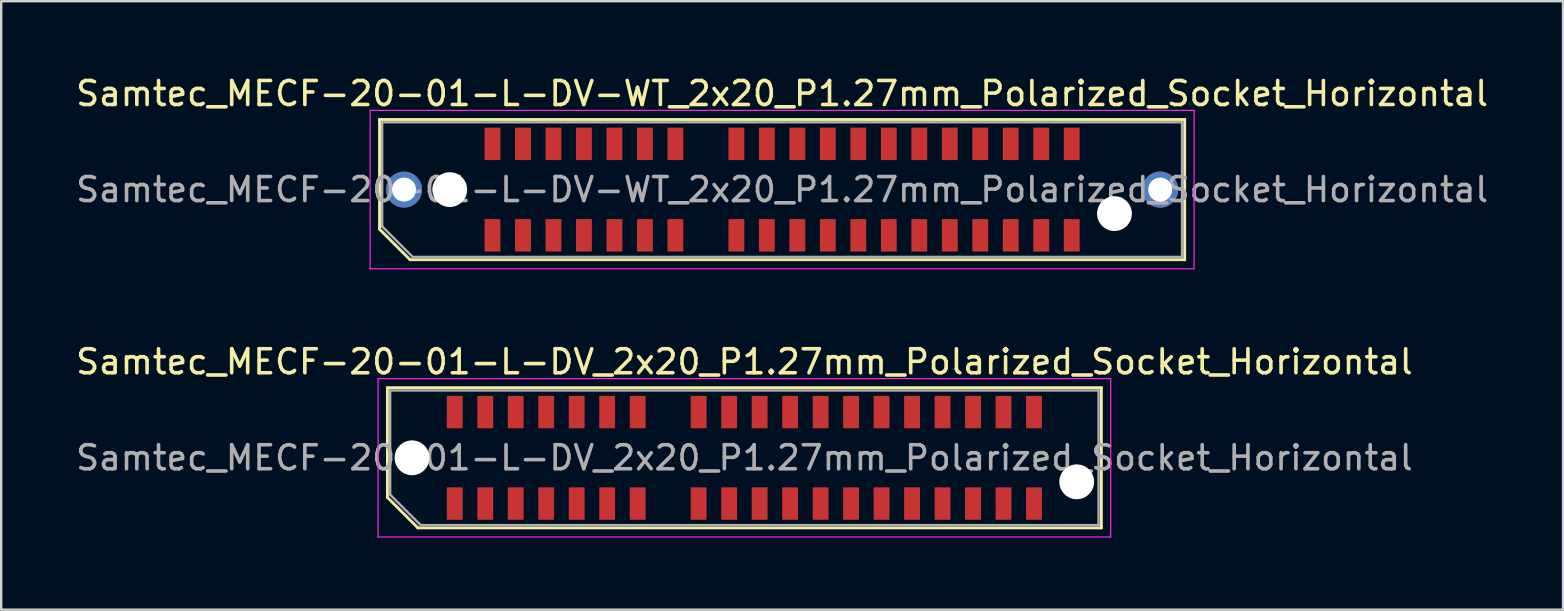
<source format=kicad_pcb>
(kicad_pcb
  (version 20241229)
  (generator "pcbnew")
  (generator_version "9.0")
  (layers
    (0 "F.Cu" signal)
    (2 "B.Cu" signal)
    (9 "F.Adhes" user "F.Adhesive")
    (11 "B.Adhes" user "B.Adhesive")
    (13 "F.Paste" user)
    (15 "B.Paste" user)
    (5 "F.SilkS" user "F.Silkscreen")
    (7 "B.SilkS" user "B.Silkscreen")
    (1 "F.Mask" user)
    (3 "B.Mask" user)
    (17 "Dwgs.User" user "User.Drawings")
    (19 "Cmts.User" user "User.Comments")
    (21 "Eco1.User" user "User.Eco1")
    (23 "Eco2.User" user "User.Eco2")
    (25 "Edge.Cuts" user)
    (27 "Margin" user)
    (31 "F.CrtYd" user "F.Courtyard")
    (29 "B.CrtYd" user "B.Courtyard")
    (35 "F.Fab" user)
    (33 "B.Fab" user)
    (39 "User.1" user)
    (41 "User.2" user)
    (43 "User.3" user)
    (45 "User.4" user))
  (footprint "Samtec_MECF-20-01-L-DV-WT_2x20_P1.27mm_Polarized_Socket_Horizontal"
    (layer "F.Cu")
    (at 29.53 4.848)
    (property "Reference" "Samtec_MECF-20-01-L-DV-WT_2x20_P1.27mm_Polarized_Socket_Horizontal" (at 0 -4 0) (layer "F.SilkS") (effects (font (size 1 1) (thickness 0.15))))
    (attr smd)
    (fp_line (start -16.77 -2.92) (end 16.77 -2.92) (stroke (width 0.12) (type solid)) (layer "F.SilkS"))
    (fp_line (start -16.77 1.65) (end -16.77 -2.92) (stroke (width 0.12) (type solid)) (layer "F.SilkS"))
    (fp_line (start -15.5 2.92) (end -16.77 1.65) (stroke (width 0.12) (type solid)) (layer "F.SilkS"))
    (fp_line (start -15.5 2.92) (end 16.77 2.92) (stroke (width 0.12) (type solid)) (layer "F.SilkS"))
    (fp_line (start 16.77 2.92) (end 16.77 -2.92) (stroke (width 0.12) (type solid)) (layer "F.SilkS"))
    (fp_line (start -17.16 -3.3) (end -17.16 3.3) (stroke (width 0.05) (type solid)) (layer "F.CrtYd"))
    (fp_line (start -17.16 3.3) (end 17.16 3.3) (stroke (width 0.05) (type solid)) (layer "F.CrtYd"))
    (fp_line (start 17.16 -3.3) (end -17.16 -3.3) (stroke (width 0.05) (type solid)) (layer "F.CrtYd"))
    (fp_line (start 17.16 3.3) (end 17.16 -3.3) (stroke (width 0.05) (type solid)) (layer "F.CrtYd"))
    (fp_line (start -16.66 -2.805) (end 16.66 -2.805) (stroke (width 0.1) (type solid)) (layer "F.Fab"))
    (fp_line (start -16.66 1.535) (end -16.66 -2.805) (stroke (width 0.1) (type solid)) (layer "F.Fab"))
    (fp_line (start -16.66 1.535) (end -15.39 2.805) (stroke (width 0.1) (type solid)) (layer "F.Fab"))
    (fp_line (start -15.39 2.805) (end 16.66 2.805) (stroke (width 0.1) (type solid)) (layer "F.Fab"))
    (fp_line (start 16.66 2.805) (end 16.66 -2.805) (stroke (width 0.1) (type solid)) (layer "F.Fab"))
    (fp_text user "${REFERENCE}" (at 0 0 0) (layer "F.Fab") (effects (font (size 1 1) (thickness 0.15))))
    (pad "" thru_hole circle (at -15.75 0) (size 1.5 1.5) (drill 1) (layers "*.Cu" "*.Mask"))
    (pad "" np_thru_hole circle (at -13.845 0) (size 1.45 1.45) (drill 1.45) (layers "*.Cu" "*.Mask"))
    (pad "" np_thru_hole circle (at 13.845 1) (size 1.45 1.45) (drill 1.45) (layers "*.Cu" "*.Mask"))
    (pad "" thru_hole circle (at 15.75 0) (size 1.5 1.5) (drill 1) (layers "*.Cu" "*.Mask"))
    (pad "1" smd rect (at -12.065 1.905) (size 0.66 1.35) (layers "F.Cu" "F.Mask" "F.Paste"))
    (pad "2" smd rect (at -12.065 -1.905) (size 0.66 1.35) (layers "F.Cu" "F.Mask" "F.Paste"))
    (pad "3" smd rect (at -10.795 1.905) (size 0.66 1.35) (layers "F.Cu" "F.Mask" "F.Paste"))
    (pad "4" smd rect (at -10.795 -1.905) (size 0.66 1.35) (layers "F.Cu" "F.Mask" "F.Paste"))
    (pad "5" smd rect (at -9.525 1.905) (size 0.66 1.35) (layers "F.Cu" "F.Mask" "F.Paste"))
    (pad "6" smd rect (at -9.525 -1.905) (size 0.66 1.35) (layers "F.Cu" "F.Mask" "F.Paste"))
    (pad "7" smd rect (at -8.255 1.905) (size 0.66 1.35) (layers "F.Cu" "F.Mask" "F.Paste"))
    (pad "8" smd rect (at -8.255 -1.905) (size 0.66 1.35) (layers "F.Cu" "F.Mask" "F.Paste"))
    (pad "9" smd rect (at -6.985 1.905) (size 0.66 1.35) (layers "F.Cu" "F.Mask" "F.Paste"))
    (pad "10" smd rect (at -6.985 -1.905) (size 0.66 1.35) (layers "F.Cu" "F.Mask" "F.Paste"))
    (pad "11" smd rect (at -5.715 1.905) (size 0.66 1.35) (layers "F.Cu" "F.Mask" "F.Paste"))
    (pad "12" smd rect (at -5.715 -1.905) (size 0.66 1.35) (layers "F.Cu" "F.Mask" "F.Paste"))
    (pad "13" smd rect (at -4.445 1.905) (size 0.66 1.35) (layers "F.Cu" "F.Mask" "F.Paste"))
    (pad "14" smd rect (at -4.445 -1.905) (size 0.66 1.35) (layers "F.Cu" "F.Mask" "F.Paste"))
    (pad "17" smd rect (at -1.905 1.905) (size 0.66 1.35) (layers "F.Cu" "F.Mask" "F.Paste"))
    (pad "18" smd rect (at -1.905 -1.905) (size 0.66 1.35) (layers "F.Cu" "F.Mask" "F.Paste"))
    (pad "19" smd rect (at -0.635 1.905) (size 0.66 1.35) (layers "F.Cu" "F.Mask" "F.Paste"))
    (pad "20" smd rect (at -0.635 -1.905) (size 0.66 1.35) (layers "F.Cu" "F.Mask" "F.Paste"))
    (pad "21" smd rect (at 0.635 1.905) (size 0.66 1.35) (layers "F.Cu" "F.Mask" "F.Paste"))
    (pad "22" smd rect (at 0.635 -1.905) (size 0.66 1.35) (layers "F.Cu" "F.Mask" "F.Paste"))
    (pad "23" smd rect (at 1.905 1.905) (size 0.66 1.35) (layers "F.Cu" "F.Mask" "F.Paste"))
    (pad "24" smd rect (at 1.905 -1.905) (size 0.66 1.35) (layers "F.Cu" "F.Mask" "F.Paste"))
    (pad "25" smd rect (at 3.175 1.905) (size 0.66 1.35) (layers "F.Cu" "F.Mask" "F.Paste"))
    (pad "26" smd rect (at 3.175 -1.905) (size 0.66 1.35) (layers "F.Cu" "F.Mask" "F.Paste"))
    (pad "27" smd rect (at 4.445 1.905) (size 0.66 1.35) (layers "F.Cu" "F.Mask" "F.Paste"))
    (pad "28" smd rect (at 4.445 -1.905) (size 0.66 1.35) (layers "F.Cu" "F.Mask" "F.Paste"))
    (pad "29" smd rect (at 5.715 1.905) (size 0.66 1.35) (layers "F.Cu" "F.Mask" "F.Paste"))
    (pad "30" smd rect (at 5.715 -1.905) (size 0.66 1.35) (layers "F.Cu" "F.Mask" "F.Paste"))
    (pad "31" smd rect (at 6.985 1.905) (size 0.66 1.35) (layers "F.Cu" "F.Mask" "F.Paste"))
    (pad "32" smd rect (at 6.985 -1.905) (size 0.66 1.35) (layers "F.Cu" "F.Mask" "F.Paste"))
    (pad "33" smd rect (at 8.255 1.905) (size 0.66 1.35) (layers "F.Cu" "F.Mask" "F.Paste"))
    (pad "34" smd rect (at 8.255 -1.905) (size 0.66 1.35) (layers "F.Cu" "F.Mask" "F.Paste"))
    (pad "35" smd rect (at 9.525 1.905) (size 0.66 1.35) (layers "F.Cu" "F.Mask" "F.Paste"))
    (pad "36" smd rect (at 9.525 -1.905) (size 0.66 1.35) (layers "F.Cu" "F.Mask" "F.Paste"))
    (pad "37" smd rect (at 10.795 1.905) (size 0.66 1.35) (layers "F.Cu" "F.Mask" "F.Paste"))
    (pad "38" smd rect (at 10.795 -1.905) (size 0.66 1.35) (layers "F.Cu" "F.Mask" "F.Paste"))
    (pad "39" smd rect (at 12.065 1.905) (size 0.66 1.35) (layers "F.Cu" "F.Mask" "F.Paste"))
    (pad "40" smd rect (at 12.065 -1.905) (size 0.66 1.35) (layers "F.Cu" "F.Mask" "F.Paste")))
  (footprint "Samtec_MECF-20-01-L-DV_2x20_P1.27mm_Polarized_Socket_Horizontal"
    (layer "F.Cu")
    (at 27.958 16.021)
    (property "Reference" "Samtec_MECF-20-01-L-DV_2x20_P1.27mm_Polarized_Socket_Horizontal" (at 0 -4 0) (layer "F.SilkS") (effects (font (size 1 1) (thickness 0.15))))
    (attr smd)
    (fp_line (start -14.87 -2.92) (end 14.87 -2.92) (stroke (width 0.12) (type solid)) (layer "F.SilkS"))
    (fp_line (start -14.87 1.65) (end -14.87 -2.92) (stroke (width 0.12) (type solid)) (layer "F.SilkS"))
    (fp_line (start -13.6 2.92) (end -14.87 1.65) (stroke (width 0.12) (type solid)) (layer "F.SilkS"))
    (fp_line (start -13.6 2.92) (end 14.87 2.92) (stroke (width 0.12) (type solid)) (layer "F.SilkS"))
    (fp_line (start 14.87 2.92) (end 14.87 -2.92) (stroke (width 0.12) (type solid)) (layer "F.SilkS"))
    (fp_line (start -15.26 -3.3) (end -15.26 3.3) (stroke (width 0.05) (type solid)) (layer "F.CrtYd"))
    (fp_line (start -15.26 3.3) (end 15.26 3.3) (stroke (width 0.05) (type solid)) (layer "F.CrtYd"))
    (fp_line (start 15.26 -3.3) (end -15.26 -3.3) (stroke (width 0.05) (type solid)) (layer "F.CrtYd"))
    (fp_line (start 15.26 3.3) (end 15.26 -3.3) (stroke (width 0.05) (type solid)) (layer "F.CrtYd"))
    (fp_line (start -14.755 -2.805) (end 14.755 -2.805) (stroke (width 0.1) (type solid)) (layer "F.Fab"))
    (fp_line (start -14.755 1.535) (end -14.755 -2.805) (stroke (width 0.1) (type solid)) (layer "F.Fab"))
    (fp_line (start -14.755 1.535) (end -13.485 2.805) (stroke (width 0.1) (type solid)) (layer "F.Fab"))
    (fp_line (start -13.485 2.805) (end 14.755 2.805) (stroke (width 0.1) (type solid)) (layer "F.Fab"))
    (fp_line (start 14.755 2.805) (end 14.755 -2.805) (stroke (width 0.1) (type solid)) (layer "F.Fab"))
    (fp_text user "${REFERENCE}" (at 0 0 0) (layer "F.Fab") (effects (font (size 1 1) (thickness 0.15))))
    (pad "" np_thru_hole circle (at -13.845 0) (size 1.45 1.45) (drill 1.45) (layers "*.Cu" "*.Mask"))
    (pad "" np_thru_hole circle (at 13.845 1) (size 1.45 1.45) (drill 1.45) (layers "*.Cu" "*.Mask"))
    (pad "1" smd rect (at -12.065 1.905) (size 0.66 1.35) (layers "F.Cu" "F.Mask" "F.Paste"))
    (pad "2" smd rect (at -12.065 -1.905) (size 0.66 1.35) (layers "F.Cu" "F.Mask" "F.Paste"))
    (pad "3" smd rect (at -10.795 1.905) (size 0.66 1.35) (layers "F.Cu" "F.Mask" "F.Paste"))
    (pad "4" smd rect (at -10.795 -1.905) (size 0.66 1.35) (layers "F.Cu" "F.Mask" "F.Paste"))
    (pad "5" smd rect (at -9.525 1.905) (size 0.66 1.35) (layers "F.Cu" "F.Mask" "F.Paste"))
    (pad "6" smd rect (at -9.525 -1.905) (size 0.66 1.35) (layers "F.Cu" "F.Mask" "F.Paste"))
    (pad "7" smd rect (at -8.255 1.905) (size 0.66 1.35) (layers "F.Cu" "F.Mask" "F.Paste"))
    (pad "8" smd rect (at -8.255 -1.905) (size 0.66 1.35) (layers "F.Cu" "F.Mask" "F.Paste"))
    (pad "9" smd rect (at -6.985 1.905) (size 0.66 1.35) (layers "F.Cu" "F.Mask" "F.Paste"))
    (pad "10" smd rect (at -6.985 -1.905) (size 0.66 1.35) (layers "F.Cu" "F.Mask" "F.Paste"))
    (pad "11" smd rect (at -5.715 1.905) (size 0.66 1.35) (layers "F.Cu" "F.Mask" "F.Paste"))
    (pad "12" smd rect (at -5.715 -1.905) (size 0.66 1.35) (layers "F.Cu" "F.Mask" "F.Paste"))
    (pad "13" smd rect (at -4.445 1.905) (size 0.66 1.35) (layers "F.Cu" "F.Mask" "F.Paste"))
    (pad "14" smd rect (at -4.445 -1.905) (size 0.66 1.35) (layers "F.Cu" "F.Mask" "F.Paste"))
    (pad "17" smd rect (at -1.905 1.905) (size 0.66 1.35) (layers "F.Cu" "F.Mask" "F.Paste"))
    (pad "18" smd rect (at -1.905 -1.905) (size 0.66 1.35) (layers "F.Cu" "F.Mask" "F.Paste"))
    (pad "19" smd rect (at -0.635 1.905) (size 0.66 1.35) (layers "F.Cu" "F.Mask" "F.Paste"))
    (pad "20" smd rect (at -0.635 -1.905) (size 0.66 1.35) (layers "F.Cu" "F.Mask" "F.Paste"))
    (pad "21" smd rect (at 0.635 1.905) (size 0.66 1.35) (layers "F.Cu" "F.Mask" "F.Paste"))
    (pad "22" smd rect (at 0.635 -1.905) (size 0.66 1.35) (layers "F.Cu" "F.Mask" "F.Paste"))
    (pad "23" smd rect (at 1.905 1.905) (size 0.66 1.35) (layers "F.Cu" "F.Mask" "F.Paste"))
    (pad "24" smd rect (at 1.905 -1.905) (size 0.66 1.35) (layers "F.Cu" "F.Mask" "F.Paste"))
    (pad "25" smd rect (at 3.175 1.905) (size 0.66 1.35) (layers "F.Cu" "F.Mask" "F.Paste"))
    (pad "26" smd rect (at 3.175 -1.905) (size 0.66 1.35) (layers "F.Cu" "F.Mask" "F.Paste"))
    (pad "27" smd rect (at 4.445 1.905) (size 0.66 1.35) (layers "F.Cu" "F.Mask" "F.Paste"))
    (pad "28" smd rect (at 4.445 -1.905) (size 0.66 1.35) (layers "F.Cu" "F.Mask" "F.Paste"))
    (pad "29" smd rect (at 5.715 1.905) (size 0.66 1.35) (layers "F.Cu" "F.Mask" "F.Paste"))
    (pad "30" smd rect (at 5.715 -1.905) (size 0.66 1.35) (layers "F.Cu" "F.Mask" "F.Paste"))
    (pad "31" smd rect (at 6.985 1.905) (size 0.66 1.35) (layers "F.Cu" "F.Mask" "F.Paste"))
    (pad "32" smd rect (at 6.985 -1.905) (size 0.66 1.35) (layers "F.Cu" "F.Mask" "F.Paste"))
    (pad "33" smd rect (at 8.255 1.905) (size 0.66 1.35) (layers "F.Cu" "F.Mask" "F.Paste"))
    (pad "34" smd rect (at 8.255 -1.905) (size 0.66 1.35) (layers "F.Cu" "F.Mask" "F.Paste"))
    (pad "35" smd rect (at 9.525 1.905) (size 0.66 1.35) (layers "F.Cu" "F.Mask" "F.Paste"))
    (pad "36" smd rect (at 9.525 -1.905) (size 0.66 1.35) (layers "F.Cu" "F.Mask" "F.Paste"))
    (pad "37" smd rect (at 10.795 1.905) (size 0.66 1.35) (layers "F.Cu" "F.Mask" "F.Paste"))
    (pad "38" smd rect (at 10.795 -1.905) (size 0.66 1.35) (layers "F.Cu" "F.Mask" "F.Paste"))
    (pad "39" smd rect (at 12.065 1.905) (size 0.66 1.35) (layers "F.Cu" "F.Mask" "F.Paste"))
    (pad "40" smd rect (at 12.065 -1.905) (size 0.66 1.35) (layers "F.Cu" "F.Mask" "F.Paste")))
  (gr_rect
    (start -3 -3)
    (end 62.06 22.346)
    (stroke (width 0.1) (type default))
    (fill no)
    (layer "Edge.Cuts")))
</source>
